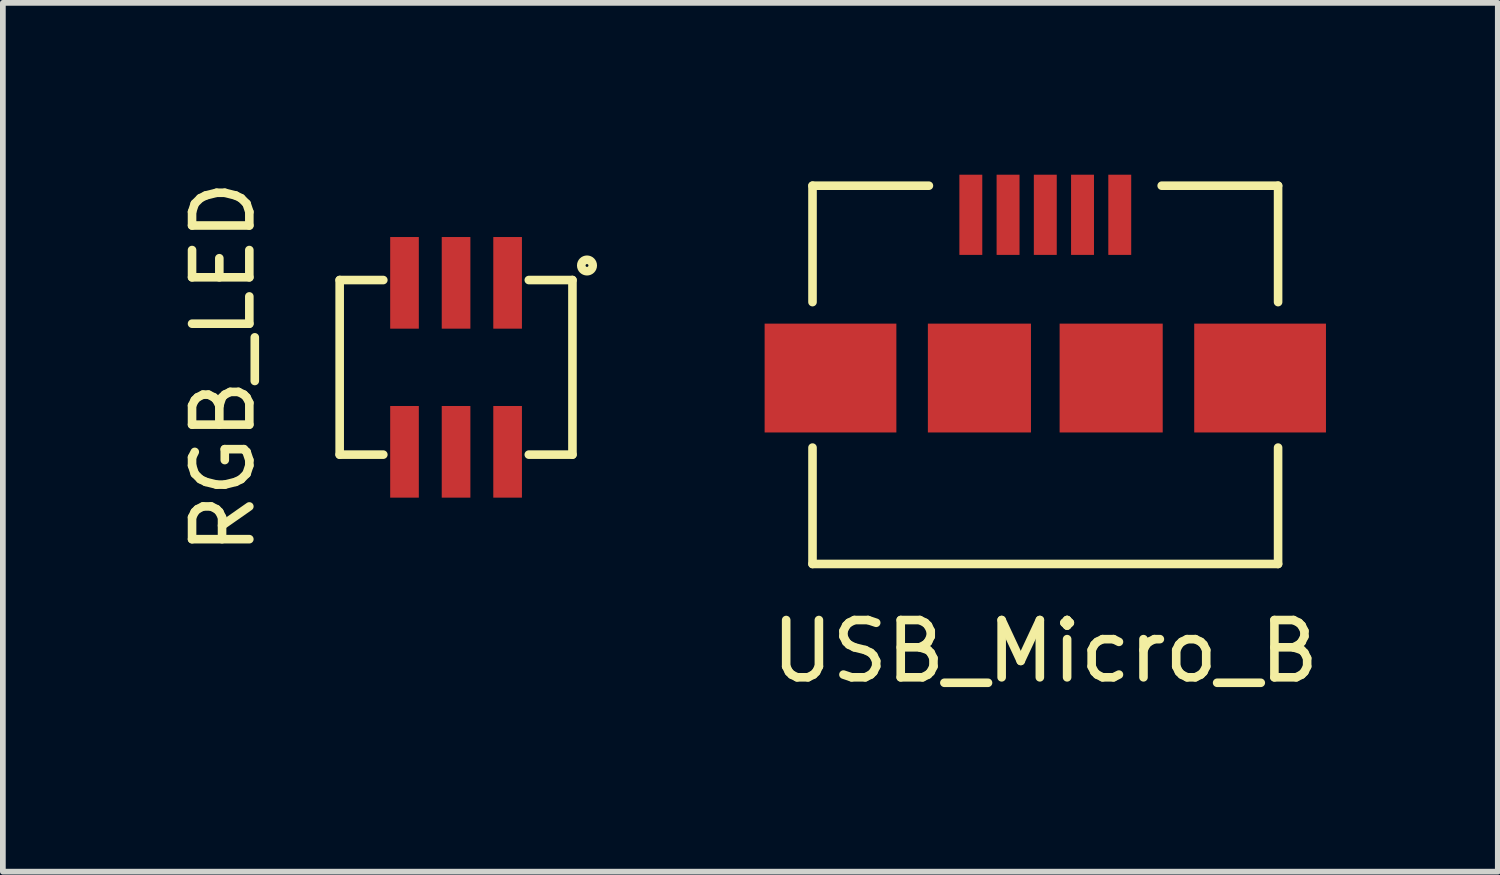
<source format=kicad_pcb>
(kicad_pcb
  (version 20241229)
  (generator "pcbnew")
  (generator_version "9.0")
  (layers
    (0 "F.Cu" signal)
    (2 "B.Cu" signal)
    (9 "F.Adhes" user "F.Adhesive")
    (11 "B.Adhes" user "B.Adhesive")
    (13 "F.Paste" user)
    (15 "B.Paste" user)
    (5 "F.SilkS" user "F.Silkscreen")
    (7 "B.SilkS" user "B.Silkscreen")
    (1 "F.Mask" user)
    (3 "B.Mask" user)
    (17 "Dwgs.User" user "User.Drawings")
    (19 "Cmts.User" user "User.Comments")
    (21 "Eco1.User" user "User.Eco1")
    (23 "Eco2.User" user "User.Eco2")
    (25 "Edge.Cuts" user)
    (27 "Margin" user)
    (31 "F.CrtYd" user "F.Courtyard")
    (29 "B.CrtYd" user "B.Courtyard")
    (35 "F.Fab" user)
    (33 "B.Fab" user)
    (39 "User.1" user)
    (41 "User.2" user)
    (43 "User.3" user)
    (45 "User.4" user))
  (footprint "RGB_LED"
    (layer "F.Cu")
    (at 4.912 3.363)
    (property "Reference" "RGB_LED" (at -4.064 0 270) (layer "F.SilkS") (effects (font (size 1 1) (thickness 0.15))))
    (attr through_hole)
    (fp_line (start -2.032 -1.524) (end -1.27 -1.524) (stroke (width 0.15) (type solid)) (layer "F.SilkS"))
    (fp_line (start -2.032 1.524) (end -2.032 -1.524) (stroke (width 0.15) (type solid)) (layer "F.SilkS"))
    (fp_line (start -1.27 1.524) (end -2.032 1.524) (stroke (width 0.15) (type solid)) (layer "F.SilkS"))
    (fp_line (start 1.27 -1.524) (end 2.032 -1.524) (stroke (width 0.15) (type solid)) (layer "F.SilkS"))
    (fp_line (start 2.032 -1.524) (end 2.032 1.524) (stroke (width 0.15) (type solid)) (layer "F.SilkS"))
    (fp_line (start 2.032 1.524) (end 1.27 1.524) (stroke (width 0.15) (type solid)) (layer "F.SilkS"))
    (fp_circle (center 2.286 -1.778) (end 2.286 -1.753) (stroke (width 0.15) (type solid)) (fill no) (layer "F.SilkS"))
    (pad "1" smd rect (at 0.9 -1.475) (size 0.5 1.6) (layers "F.Cu" "F.Mask" "F.Paste"))
    (pad "2" smd rect (at 0 -1.475) (size 0.5 1.6) (layers "F.Cu" "F.Mask" "F.Paste"))
    (pad "3" smd rect (at -0.9 -1.475) (size 0.5 1.6) (layers "F.Cu" "F.Mask" "F.Paste"))
    (pad "4" smd rect (at -0.9 1.475) (size 0.5 1.6) (layers "F.Cu" "F.Mask" "F.Paste"))
    (pad "5" smd rect (at 0 1.475) (size 0.5 1.6) (layers "F.Cu" "F.Mask" "F.Paste"))
    (pad "6" smd rect (at 0.9 1.475) (size 0.5 1.6) (layers "F.Cu" "F.Mask" "F.Paste")))
  (footprint "USB_Micro_B"
    (layer "F.Cu")
    (at 15.199 0.7)
    (property "Reference" "USB_Micro_B" (at 0 7.62 0) (layer "F.SilkS") (effects (font (size 1 1) (thickness 0.15))))
    (attr through_hole)
    (fp_line (start -4.064 -0.508) (end -2.032 -0.508) (stroke (width 0.15) (type solid)) (layer "F.SilkS"))
    (fp_line (start -4.064 1.524) (end -4.064 -0.508) (stroke (width 0.15) (type solid)) (layer "F.SilkS"))
    (fp_line (start -4.064 4.064) (end -4.064 6.096) (stroke (width 0.15) (type solid)) (layer "F.SilkS"))
    (fp_line (start -4.064 6.096) (end 4.064 6.096) (stroke (width 0.15) (type solid)) (layer "F.SilkS"))
    (fp_line (start 2.032 -0.508) (end 4.064 -0.508) (stroke (width 0.15) (type solid)) (layer "F.SilkS"))
    (fp_line (start 4.064 -0.508) (end 4.064 1.524) (stroke (width 0.15) (type solid)) (layer "F.SilkS"))
    (fp_line (start 4.064 6.096) (end 4.064 4.064) (stroke (width 0.15) (type solid)) (layer "F.SilkS"))
    (pad "1" smd rect (at -1.3 0) (size 0.4 1.4) (layers "F.Cu" "F.Mask" "F.Paste"))
    (pad "2" smd rect (at -0.65 0) (size 0.4 1.4) (layers "F.Cu" "F.Mask" "F.Paste"))
    (pad "3" smd rect (at 0 0) (size 0.4 1.4) (layers "F.Cu" "F.Mask" "F.Paste"))
    (pad "4" smd rect (at 0.65 0) (size 0.4 1.4) (layers "F.Cu" "F.Mask" "F.Paste"))
    (pad "5" smd rect (at 1.3 0) (size 0.4 1.4) (layers "F.Cu" "F.Mask" "F.Paste"))
    (pad "6" smd rect (at -3.75 2.85) (size 2.3 1.9) (layers "F.Cu" "F.Mask" "F.Paste"))
    (pad "6" smd rect (at -1.15 2.85) (size 1.8 1.9) (layers "F.Cu" "F.Mask" "F.Paste"))
    (pad "6" smd rect (at 1.15 2.85) (size 1.8 1.9) (layers "F.Cu" "F.Mask" "F.Paste"))
    (pad "6" smd rect (at 3.75 2.85) (size 2.3 1.9) (layers "F.Cu" "F.Mask" "F.Paste")))
  (gr_rect
    (start -3 -3)
    (end 23.099 12.168)
    (stroke (width 0.1) (type default))
    (fill no)
    (layer "Edge.Cuts")))
</source>
